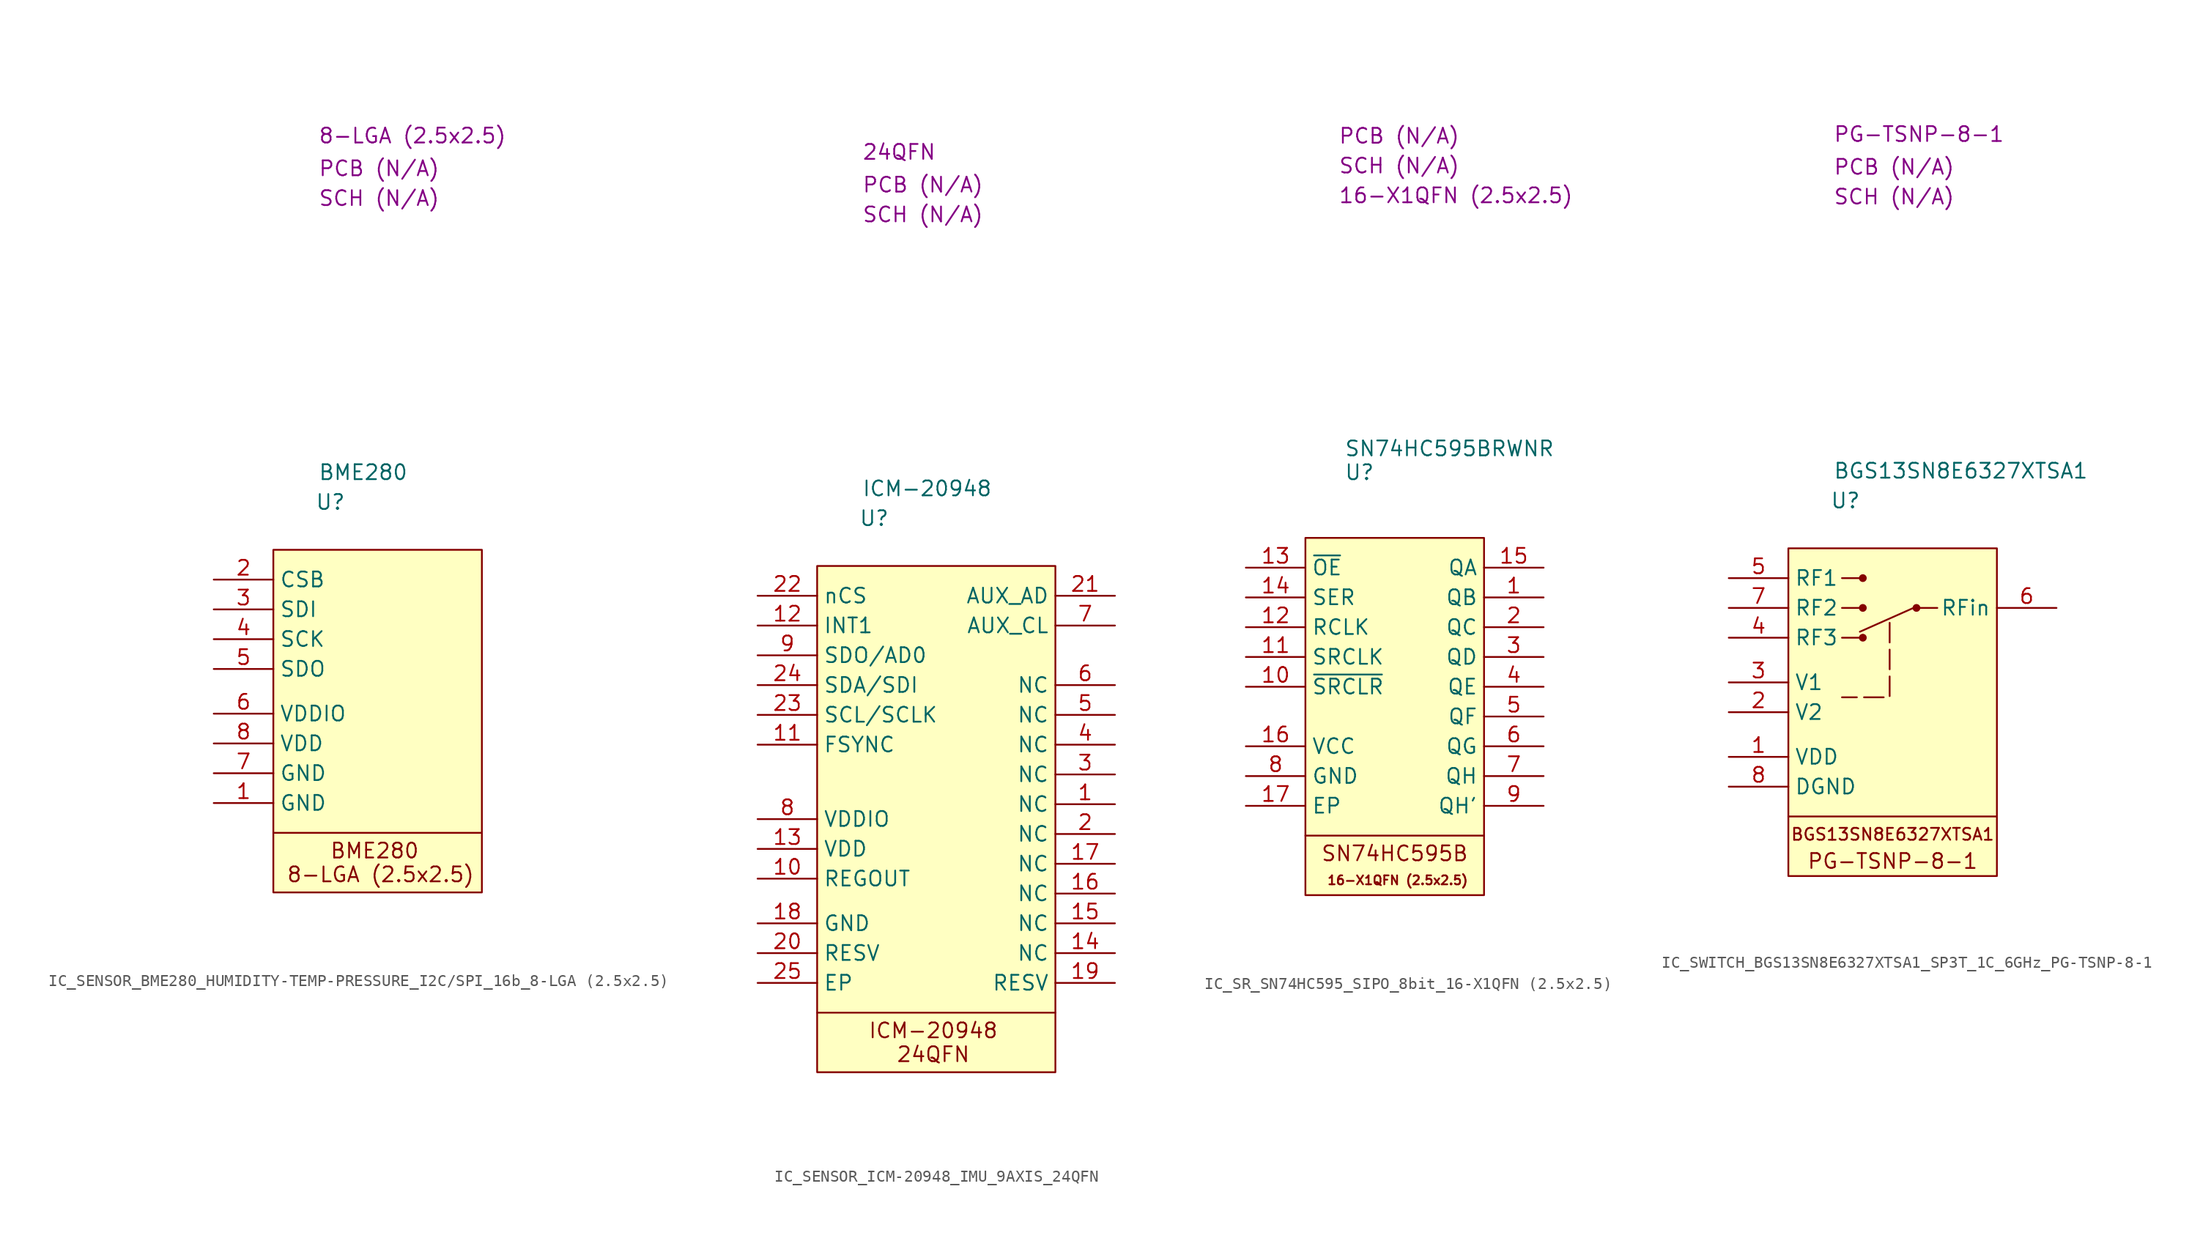
<source format=kicad_sym>
(kicad_symbol_lib
  (version 20231120)
  (generator "kicad_symbol_editor")
  (generator_version "8.0")
  (symbol "IC_SENSOR_BME280_HUMIDITY-TEMP-PRESSURE_I2C/SPI_16b_8-LGA (2.5x2.5)"
    (property "Reference" "U"
      (at 3.556 4.064 0)
      (effects (font (size 1.27 1.27)) (justify left)))
    (property "Value" "BME280"
      (at 3.81 6.604 0)
      (effects (font (size 1.27 1.27)) (justify left)))
    (property "Package" "8-LGA (2.5x2.5)"
      (at 3.81 35.306 0)
      (effects (font (size 1.27 1.27)) (justify left)))
    (property "SCH CHECK" "SCH (N/A)"
      (at 3.81 29.972 0)
      (effects (font (size 1.27 1.27)) (justify left)))
    (property "PCB CHECK" "PCB (N/A)"
      (at 3.81 32.512 0)
      (effects (font (size 1.27 1.27)) (justify left)))
    (symbol "IC_SENSOR_BME280_HUMIDITY-TEMP-PRESSURE_I2C/SPI_16b_8-LGA (2.5x2.5)_1_1"
      (polyline (pts (xy 0 -24.13) (xy 17.78 -24.13)) (stroke (width 0) (type default)) (fill (type none)))
      (rectangle (start 0 0) (end 17.78 -29.21) (stroke (width 0) (type default)) (fill (type background)))
      (text "8-LGA (2.5x2.5)" (at 9.144 -27.686 0) (effects (font (size 1.27 1.27))))
      (text "BME280" (at 8.636 -25.654 0) (effects (font (size 1.27 1.27))))
      (pin passive line (at -5.08 -21.59 0) (length 5.08) (name "GND" (effects (font (size 1.27 1.27)))) (number "1" (effects (font (size 1.27 1.27)))))
      (pin passive line (at -5.08 -2.54 0) (length 5.08) (name "CSB" (effects (font (size 1.27 1.27)))) (number "2" (effects (font (size 1.27 1.27)))))
      (pin passive line (at -5.08 -5.08 0) (length 5.08) (name "SDI" (effects (font (size 1.27 1.27)))) (number "3" (effects (font (size 1.27 1.27)))))
      (pin passive line (at -5.08 -7.62 0) (length 5.08) (name "SCK" (effects (font (size 1.27 1.27)))) (number "4" (effects (font (size 1.27 1.27)))))
      (pin passive line (at -5.08 -10.16 0) (length 5.08) (name "SDO" (effects (font (size 1.27 1.27)))) (number "5" (effects (font (size 1.27 1.27)))))
      (pin passive line (at -5.08 -13.97 0) (length 5.08) (name "VDDIO" (effects (font (size 1.27 1.27)))) (number "6" (effects (font (size 1.27 1.27)))))
      (pin passive line (at -5.08 -19.05 0) (length 5.08) (name "GND" (effects (font (size 1.27 1.27)))) (number "7" (effects (font (size 1.27 1.27)))))
      (pin passive line (at -5.08 -16.51 0) (length 5.08) (name "VDD" (effects (font (size 1.27 1.27)))) (number "8" (effects (font (size 1.27 1.27)))))))
  (symbol "IC_SENSOR_ICM-20948_IMU_9AXIS_24QFN"
    (property "Reference" "U"
      (at 3.556 4.064 0)
      (effects (font (size 1.27 1.27)) (justify left)))
    (property "Value" "ICM-20948"
      (at 3.81 6.604 0)
      (effects (font (size 1.27 1.27)) (justify left)))
    (property "Package" "24QFN"
      (at 3.81 35.306 0)
      (effects (font (size 1.27 1.27)) (justify left)))
    (property "SCH CHECK" "SCH (N/A)"
      (at 3.81 29.972 0)
      (effects (font (size 1.27 1.27)) (justify left)))
    (property "PCB CHECK" "PCB (N/A)"
      (at 3.81 32.512 0)
      (effects (font (size 1.27 1.27)) (justify left)))
    (symbol "IC_SENSOR_ICM-20948_IMU_9AXIS_24QFN_1_1"
      (polyline (pts (xy 0 -38.1) (xy 20.32 -38.1)) (stroke (width 0) (type default)) (fill (type none)))
      (rectangle (start 0 0) (end 20.32 -43.18) (stroke (width 0) (type default)) (fill (type background)))
      (text "24QFN" (at 9.906 -41.656 0) (effects (font (size 1.27 1.27))))
      (text "ICM-20948" (at 9.906 -39.624 0) (effects (font (size 1.27 1.27))))
      (pin passive line (at 25.4 -20.32 180) (length 5.08) (name "NC" (effects (font (size 1.27 1.27)))) (number "1" (effects (font (size 1.27 1.27)))))
      (pin passive line (at -5.08 -26.67 0) (length 5.08) (name "REGOUT" (effects (font (size 1.27 1.27)))) (number "10" (effects (font (size 1.27 1.27)))))
      (pin passive line (at -5.08 -15.24 0) (length 5.08) (name "FSYNC" (effects (font (size 1.27 1.27)))) (number "11" (effects (font (size 1.27 1.27)))))
      (pin passive line (at -5.08 -5.08 0) (length 5.08) (name "INT1" (effects (font (size 1.27 1.27)))) (number "12" (effects (font (size 1.27 1.27)))))
      (pin passive line (at -5.08 -24.13 0) (length 5.08) (name "VDD" (effects (font (size 1.27 1.27)))) (number "13" (effects (font (size 1.27 1.27)))))
      (pin passive line (at 25.4 -33.02 180) (length 5.08) (name "NC" (effects (font (size 1.27 1.27)))) (number "14" (effects (font (size 1.27 1.27)))))
      (pin passive line (at 25.4 -30.48 180) (length 5.08) (name "NC" (effects (font (size 1.27 1.27)))) (number "15" (effects (font (size 1.27 1.27)))))
      (pin passive line (at 25.4 -27.94 180) (length 5.08) (name "NC" (effects (font (size 1.27 1.27)))) (number "16" (effects (font (size 1.27 1.27)))))
      (pin passive line (at 25.4 -25.4 180) (length 5.08) (name "NC" (effects (font (size 1.27 1.27)))) (number "17" (effects (font (size 1.27 1.27)))))
      (pin passive line (at -5.08 -30.48 0) (length 5.08) (name "GND" (effects (font (size 1.27 1.27)))) (number "18" (effects (font (size 1.27 1.27)))))
      (pin passive line (at 25.4 -35.56 180) (length 5.08) (name "RESV" (effects (font (size 1.27 1.27)))) (number "19" (effects (font (size 1.27 1.27)))))
      (pin passive line (at 25.4 -22.86 180) (length 5.08) (name "NC" (effects (font (size 1.27 1.27)))) (number "2" (effects (font (size 1.27 1.27)))))
      (pin passive line (at -5.08 -33.02 0) (length 5.08) (name "RESV" (effects (font (size 1.27 1.27)))) (number "20" (effects (font (size 1.27 1.27)))))
      (pin passive line (at 25.4 -2.54 180) (length 5.08) (name "AUX_AD" (effects (font (size 1.27 1.27)))) (number "21" (effects (font (size 1.27 1.27)))))
      (pin passive line (at -5.08 -2.54 0) (length 5.08) (name "nCS" (effects (font (size 1.27 1.27)))) (number "22" (effects (font (size 1.27 1.27)))))
      (pin passive line (at -5.08 -12.7 0) (length 5.08) (name "SCL/SCLK" (effects (font (size 1.27 1.27)))) (number "23" (effects (font (size 1.27 1.27)))))
      (pin passive line (at -5.08 -10.16 0) (length 5.08) (name "SDA/SDI" (effects (font (size 1.27 1.27)))) (number "24" (effects (font (size 1.27 1.27)))))
      (pin passive line (at -5.08 -35.56 0) (length 5.08) (name "EP" (effects (font (size 1.27 1.27)))) (number "25" (effects (font (size 1.27 1.27)))))
      (pin passive line (at 25.4 -17.78 180) (length 5.08) (name "NC" (effects (font (size 1.27 1.27)))) (number "3" (effects (font (size 1.27 1.27)))))
      (pin passive line (at 25.4 -15.24 180) (length 5.08) (name "NC" (effects (font (size 1.27 1.27)))) (number "4" (effects (font (size 1.27 1.27)))))
      (pin passive line (at 25.4 -12.7 180) (length 5.08) (name "NC" (effects (font (size 1.27 1.27)))) (number "5" (effects (font (size 1.27 1.27)))))
      (pin passive line (at 25.4 -10.16 180) (length 5.08) (name "NC" (effects (font (size 1.27 1.27)))) (number "6" (effects (font (size 1.27 1.27)))))
      (pin passive line (at 25.4 -5.08 180) (length 5.08) (name "AUX_CL" (effects (font (size 1.27 1.27)))) (number "7" (effects (font (size 1.27 1.27)))))
      (pin passive line (at -5.08 -21.59 0) (length 5.08) (name "VDDIO" (effects (font (size 1.27 1.27)))) (number "8" (effects (font (size 1.27 1.27)))))
      (pin passive line (at -5.08 -7.62 0) (length 5.08) (name "SDO/AD0" (effects (font (size 1.27 1.27)))) (number "9" (effects (font (size 1.27 1.27)))))))
  (symbol "IC_SR_SN74HC595_SIPO_8bit_16-X1QFN (2.5x2.5)"
    (property "Reference" "U"
      (at 3.302 5.588 0)
      (effects (font (size 1.27 1.27)) (justify left)))
    (property "Value" "SN74HC595BRWNR"
      (at 3.302 7.62 0)
      (effects (font (size 1.27 1.27)) (justify left)))
    (property "SCH CHECK" "SCH (N/A)"
      (at 2.794 31.75 0)
      (effects (font (size 1.27 1.27)) (justify left)))
    (property "PCB CHECk" "PCB (N/A)"
      (at 2.794 34.29 0)
      (effects (font (size 1.27 1.27)) (justify left)))
    (property "Package" "16-X1QFN (2.5x2.5)"
      (at 2.794 29.21 0)
      (effects (font (size 1.27 1.27)) (justify left)))
    (symbol "IC_SR_SN74HC595_SIPO_8bit_16-X1QFN (2.5x2.5)_1_0"
      (pin passive line (at -5.08 -22.86 0) (length 5.08) (name "EP" (effects (font (size 1.27 1.27)))) (number "17" (effects (font (size 1.27 1.27))))))
    (symbol "IC_SR_SN74HC595_SIPO_8bit_16-X1QFN (2.5x2.5)_1_1"
      (polyline (pts (xy 0 -25.4) (xy 15.24 -25.4)) (stroke (width 0) (type default)) (fill (type none)))
      (rectangle (start 0 0) (end 15.24 -30.48) (stroke (width 0) (type default)) (fill (type background)))
      (text "16-X1QFN (2.5x2.5)" (at 7.874 -29.21 0) (effects (font (size 0.762 0.762))))
      (text "SN74HC595B" (at 7.62 -26.924 0) (effects (font (size 1.27 1.27))))
      (pin passive line (at 20.32 -5.08 180) (length 5.08) (name "QB" (effects (font (size 1.27 1.27)))) (number "1" (effects (font (size 1.27 1.27)))))
      (pin passive line (at -5.08 -12.7 0) (length 5.08) (name "~{SRCLR}" (effects (font (size 1.27 1.27)))) (number "10" (effects (font (size 1.27 1.27)))))
      (pin passive line (at -5.08 -10.16 0) (length 5.08) (name "SRCLK" (effects (font (size 1.27 1.27)))) (number "11" (effects (font (size 1.27 1.27)))))
      (pin passive line (at -5.08 -7.62 0) (length 5.08) (name "RCLK" (effects (font (size 1.27 1.27)))) (number "12" (effects (font (size 1.27 1.27)))))
      (pin passive line (at -5.08 -2.54 0) (length 5.08) (name "~{OE}" (effects (font (size 1.27 1.27)))) (number "13" (effects (font (size 1.27 1.27)))))
      (pin passive line (at -5.08 -5.08 0) (length 5.08) (name "SER" (effects (font (size 1.27 1.27)))) (number "14" (effects (font (size 1.27 1.27)))))
      (pin passive line (at 20.32 -2.54 180) (length 5.08) (name "QA" (effects (font (size 1.27 1.27)))) (number "15" (effects (font (size 1.27 1.27)))))
      (pin passive line (at -5.08 -17.78 0) (length 5.08) (name "VCC" (effects (font (size 1.27 1.27)))) (number "16" (effects (font (size 1.27 1.27)))))
      (pin passive line (at 20.32 -7.62 180) (length 5.08) (name "QC" (effects (font (size 1.27 1.27)))) (number "2" (effects (font (size 1.27 1.27)))))
      (pin passive line (at 20.32 -10.16 180) (length 5.08) (name "QD" (effects (font (size 1.27 1.27)))) (number "3" (effects (font (size 1.27 1.27)))))
      (pin passive line (at 20.32 -12.7 180) (length 5.08) (name "QE" (effects (font (size 1.27 1.27)))) (number "4" (effects (font (size 1.27 1.27)))))
      (pin passive line (at 20.32 -15.24 180) (length 5.08) (name "QF" (effects (font (size 1.27 1.27)))) (number "5" (effects (font (size 1.27 1.27)))))
      (pin passive line (at 20.32 -17.78 180) (length 5.08) (name "QG" (effects (font (size 1.27 1.27)))) (number "6" (effects (font (size 1.27 1.27)))))
      (pin passive line (at 20.32 -20.32 180) (length 5.08) (name "QH" (effects (font (size 1.27 1.27)))) (number "7" (effects (font (size 1.27 1.27)))))
      (pin passive line (at -5.08 -20.32 0) (length 5.08) (name "GND" (effects (font (size 1.27 1.27)))) (number "8" (effects (font (size 1.27 1.27)))))
      (pin passive line (at 20.32 -22.86 180) (length 5.08) (name "QH'" (effects (font (size 1.27 1.27)))) (number "9" (effects (font (size 1.27 1.27)))))))
  (symbol "IC_SWITCH_BGS13SN8E6327XTSA1_SP3T_1C_6GHz_PG-TSNP-8-1"
    (property "Reference" "U"
      (at 3.556 4.064 0)
      (effects (font (size 1.27 1.27)) (justify left)))
    (property "Value" "BGS13SN8E6327XTSA1"
      (at 3.81 6.604 0)
      (effects (font (size 1.27 1.27)) (justify left)))
    (property "Package" "PG-TSNP-8-1"
      (at 3.81 35.306 0)
      (effects (font (size 1.27 1.27)) (justify left)))
    (property "SCH CHECK" "SCH (N/A)"
      (at 3.81 29.972 0)
      (effects (font (size 1.27 1.27)) (justify left)))
    (property "PCB CHECK" "PCB (N/A)"
      (at 3.81 32.512 0)
      (effects (font (size 1.27 1.27)) (justify left)))
    (symbol "IC_SWITCH_BGS13SN8E6327XTSA1_SP3T_1C_6GHz_PG-TSNP-8-1_0_1"
      (polyline (pts (xy 4.572 -7.62) (xy 6.35 -7.62)) (stroke (width 0) (type default)) (fill (type none)))
      (polyline (pts (xy 4.572 -5.08) (xy 6.35 -5.08)) (stroke (width 0) (type default)) (fill (type none)))
      (polyline (pts (xy 4.572 -2.54) (xy 6.35 -2.54)) (stroke (width 0) (type default)) (fill (type none)))
      (polyline (pts (xy 10.922 -5.08) (xy 12.7 -5.08)) (stroke (width 0) (type default)) (fill (type none))))
    (symbol "IC_SWITCH_BGS13SN8E6327XTSA1_SP3T_1C_6GHz_PG-TSNP-8-1_1_1"
      (polyline (pts (xy 0 -22.86) (xy 17.78 -22.86)) (stroke (width 0) (type default)) (fill (type none)))
      (polyline (pts (xy 10.668 -5.08) (xy 6.096 -7.112)) (stroke (width 0) (type default)) (fill (type none)))
      (polyline (pts (xy 8.636 -6.35) (xy 8.636 -12.7) (xy 4.572 -12.7)) (stroke (width 0) (type dash)) (fill (type none)))
      (rectangle (start 0 0) (end 17.78 -27.94) (stroke (width 0) (type default)) (fill (type background)))
      (circle (center 6.35 -7.62) (radius 0.254) (stroke (width 0) (type default)) (fill (type outline)))
      (circle (center 6.35 -5.08) (radius 0.254) (stroke (width 0) (type default)) (fill (type outline)))
      (circle (center 6.35 -2.54) (radius 0.254) (stroke (width 0) (type default)) (fill (type outline)))
      (circle (center 10.922 -5.08) (radius 0.254) (stroke (width 0) (type default)) (fill (type outline)))
      (text "BGS13SN8E6327XTSA1" (at 8.89 -24.384 0) (effects (font (size 1.016 1.016))))
      (text "PG-TSNP-8-1" (at 8.89 -26.67 0) (effects (font (size 1.27 1.27))))
      (pin passive line (at -5.08 -17.78 0) (length 5.08) (name "VDD" (effects (font (size 1.27 1.27)))) (number "1" (effects (font (size 1.27 1.27)))))
      (pin passive line (at -5.08 -13.97 0) (length 5.08) (name "V2" (effects (font (size 1.27 1.27)))) (number "2" (effects (font (size 1.27 1.27)))))
      (pin passive line (at -5.08 -11.43 0) (length 5.08) (name "V1" (effects (font (size 1.27 1.27)))) (number "3" (effects (font (size 1.27 1.27)))))
      (pin passive line (at -5.08 -7.62 0) (length 5.08) (name "RF3" (effects (font (size 1.27 1.27)))) (number "4" (effects (font (size 1.27 1.27)))))
      (pin passive line (at -5.08 -2.54 0) (length 5.08) (name "RF1" (effects (font (size 1.27 1.27)))) (number "5" (effects (font (size 1.27 1.27)))))
      (pin passive line (at 22.86 -5.08 180) (length 5.08) (name "RFin" (effects (font (size 1.27 1.27)))) (number "6" (effects (font (size 1.27 1.27)))))
      (pin passive line (at -5.08 -5.08 0) (length 5.08) (name "RF2" (effects (font (size 1.27 1.27)))) (number "7" (effects (font (size 1.27 1.27)))))
      (pin passive line (at -5.08 -20.32 0) (length 5.08) (name "DGND" (effects (font (size 1.27 1.27)))) (number "8" (effects (font (size 1.27 1.27))))))))
</source>
